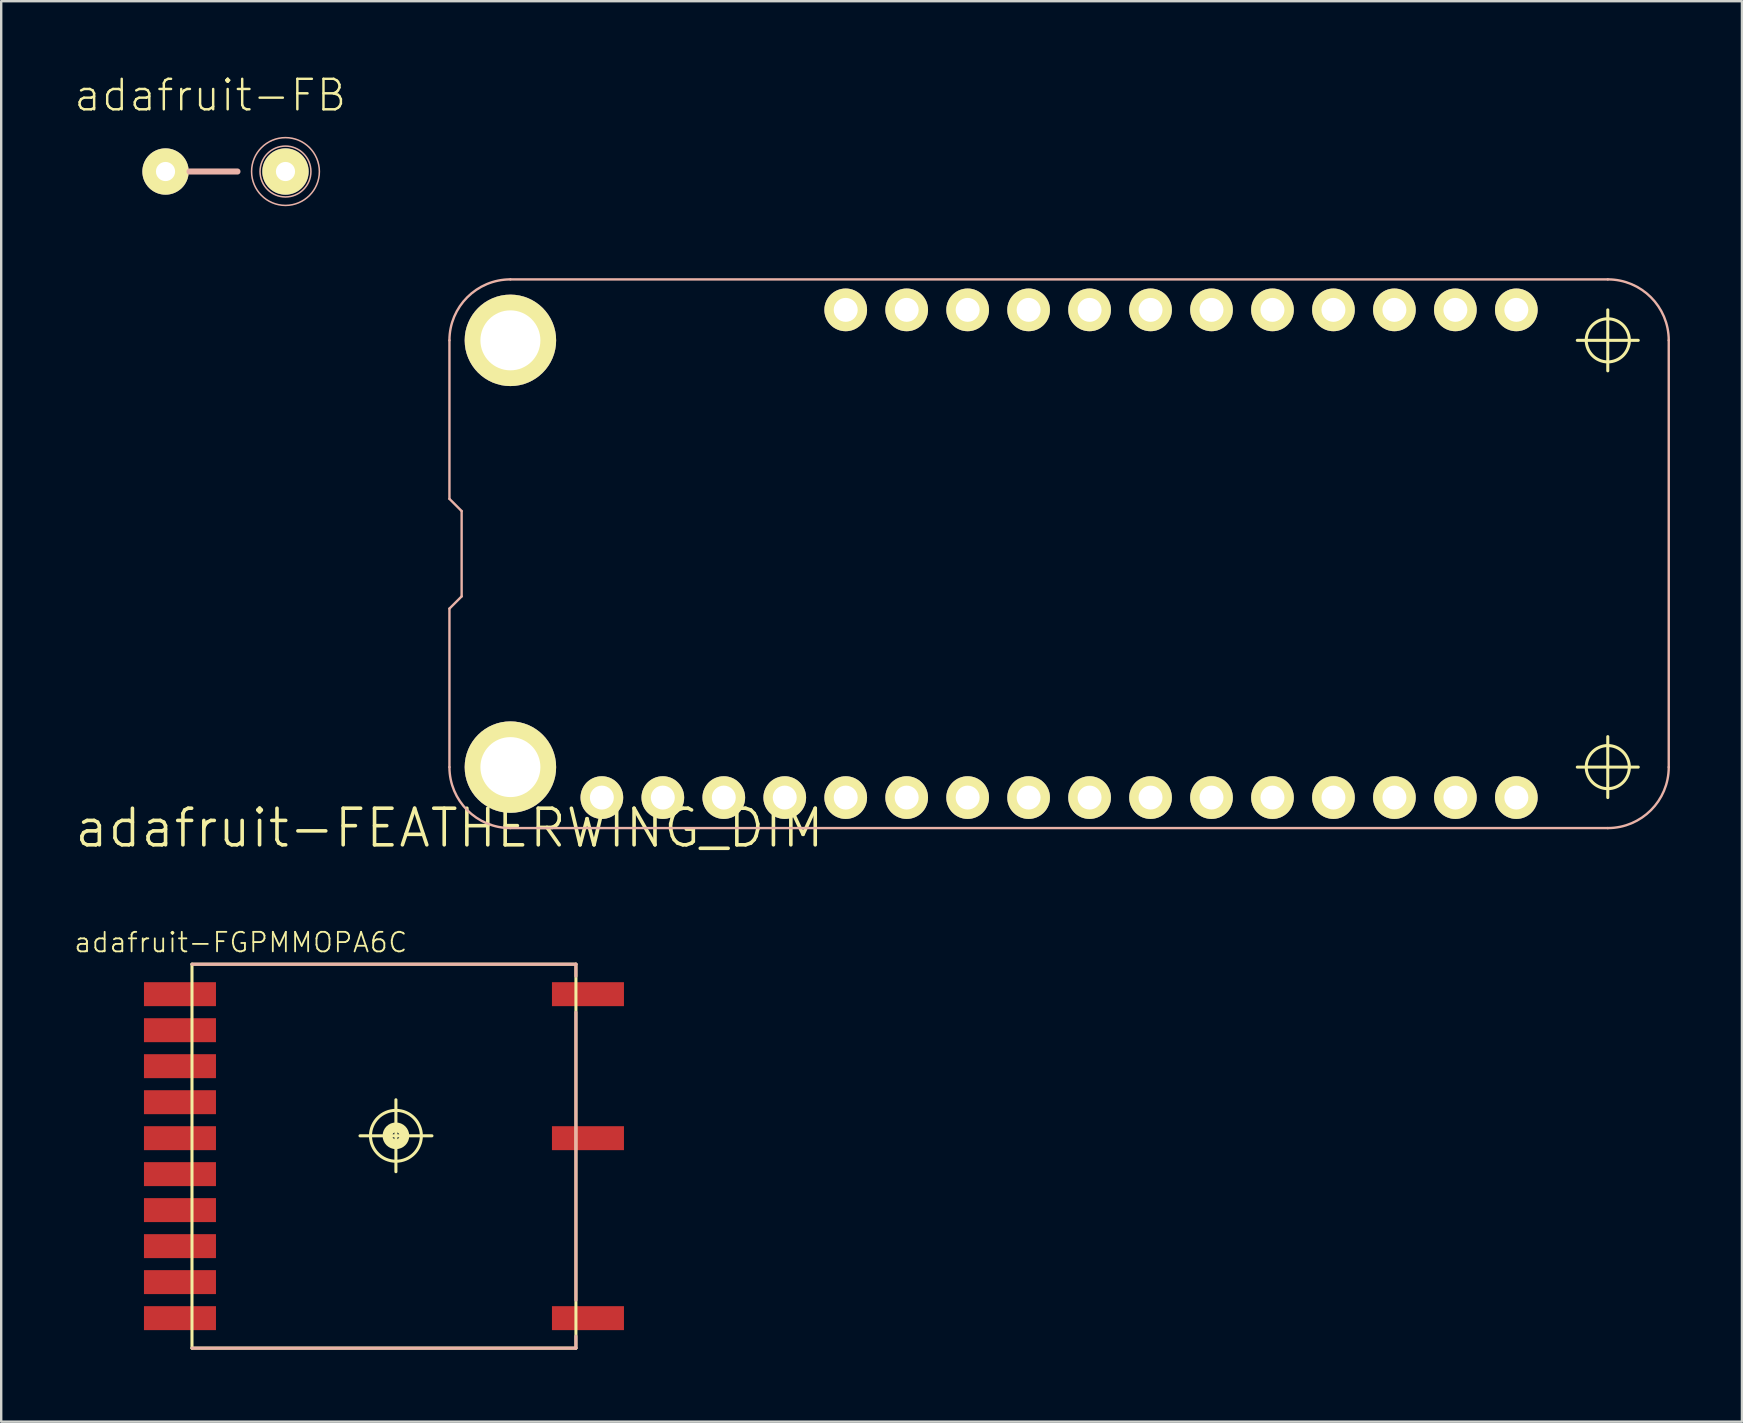
<source format=kicad_pcb>
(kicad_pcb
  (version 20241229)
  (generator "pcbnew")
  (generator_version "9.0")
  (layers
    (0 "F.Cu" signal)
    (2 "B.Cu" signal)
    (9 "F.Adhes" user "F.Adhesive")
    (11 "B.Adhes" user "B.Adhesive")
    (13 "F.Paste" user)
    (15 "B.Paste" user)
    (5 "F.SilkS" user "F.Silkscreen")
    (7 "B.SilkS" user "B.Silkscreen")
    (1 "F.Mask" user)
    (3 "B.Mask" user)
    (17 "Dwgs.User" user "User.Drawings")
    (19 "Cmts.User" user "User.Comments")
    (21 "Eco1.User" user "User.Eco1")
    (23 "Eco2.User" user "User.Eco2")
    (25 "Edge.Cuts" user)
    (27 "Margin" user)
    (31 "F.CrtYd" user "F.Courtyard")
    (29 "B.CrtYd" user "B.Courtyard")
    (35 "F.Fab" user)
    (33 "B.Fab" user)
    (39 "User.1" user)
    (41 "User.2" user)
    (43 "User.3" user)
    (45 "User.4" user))
  (footprint "adafruit-FGPMMOPA6C"
    (layer "F.Cu")
    (at 12.947 45.119)
    (property "Reference" "adafruit-FGPMMOPA6C" (at -5.966 -8.905 0) (layer "F.SilkS") (effects (font (size 0.813 0.813) (thickness 0.076))))
    (attr smd)
    (fp_line (start -7.998 -7.998) (end 7.998 -7.998) (stroke (width 0.127) (type solid)) (layer "F.SilkS"))
    (fp_line (start -7.998 7.998) (end -7.998 -7.998) (stroke (width 0.127) (type solid)) (layer "F.SilkS"))
    (fp_line (start -0.998 -0.848) (end 1.999 -0.848) (stroke (width 0.127) (type solid)) (layer "F.SilkS"))
    (fp_line (start 0.498 0.648) (end 0.498 -2.349) (stroke (width 0.127) (type solid)) (layer "F.SilkS"))
    (fp_line (start 7.998 -7.998) (end 7.998 7.998) (stroke (width 0.127) (type solid)) (layer "F.SilkS"))
    (fp_line (start 7.998 7.998) (end -7.998 7.998) (stroke (width 0.127) (type solid)) (layer "F.SilkS"))
    (fp_circle (center 0.498 -0.848) (end 0.747 -1.097) (stroke (width 0.406) (type solid)) (fill no) (layer "F.SilkS"))
    (fp_circle (center 0.498 -0.848) (end 1.247 -1.598) (stroke (width 0.127) (type solid)) (fill no) (layer "F.SilkS"))
    (fp_line (start -7.998 -7.998) (end 7.998 -7.998) (stroke (width 0.127) (type solid)) (layer "B.SilkS"))
    (fp_line (start 7.998 -7.998) (end 7.998 -7.498) (stroke (width 0.127) (type solid)) (layer "B.SilkS"))
    (fp_line (start 7.998 -5.999) (end 7.998 5.999) (stroke (width 0.127) (type solid)) (layer "B.SilkS"))
    (fp_line (start 7.998 7.498) (end 7.998 7.998) (stroke (width 0.127) (type solid)) (layer "B.SilkS"))
    (fp_line (start 7.998 7.998) (end -7.998 7.998) (stroke (width 0.127) (type solid)) (layer "B.SilkS"))
    (pad "P$1" smd rect (at -8.499 -6.749) (size 3 0.998) (layers "F.Cu" "F.Mask" "F.Paste"))
    (pad "P$2" smd rect (at -8.499 -5.248) (size 3 0.998) (layers "F.Cu" "F.Mask" "F.Paste"))
    (pad "P$3" smd rect (at -8.499 -3.749) (size 3 0.998) (layers "F.Cu" "F.Mask" "F.Paste"))
    (pad "P$4" smd rect (at -8.499 -2.248) (size 3 0.998) (layers "F.Cu" "F.Mask" "F.Paste"))
    (pad "P$5" smd rect (at -8.499 -0.749) (size 3 0.998) (layers "F.Cu" "F.Mask" "F.Paste"))
    (pad "P$6" smd rect (at -8.499 0.749) (size 3 0.998) (layers "F.Cu" "F.Mask" "F.Paste"))
    (pad "P$7" smd rect (at -8.499 2.248) (size 3 0.998) (layers "F.Cu" "F.Mask" "F.Paste"))
    (pad "P$8" smd rect (at -8.499 3.749) (size 3 0.998) (layers "F.Cu" "F.Mask" "F.Paste"))
    (pad "P$9" smd rect (at -8.499 5.248) (size 3 0.998) (layers "F.Cu" "F.Mask" "F.Paste"))
    (pad "P$10" smd rect (at -8.499 6.749) (size 3 0.998) (layers "F.Cu" "F.Mask" "F.Paste"))
    (pad "P$11" smd rect (at 8.499 6.749 180) (size 3 0.998) (layers "F.Cu" "F.Mask" "F.Paste"))
    (pad "P$12" smd rect (at 8.499 -0.749 180) (size 3 0.998) (layers "F.Cu" "F.Mask" "F.Paste"))
    (pad "P$13" smd rect (at 8.499 -6.749 180) (size 3 0.998) (layers "F.Cu" "F.Mask" "F.Paste")))
  (footprint "adafruit-FB"
    (layer "F.Cu")
    (at 6.345 4.096)
    (property "Reference" "adafruit-FB" (at -0.635 -3.175 0) (layer "F.SilkS") (effects (font (size 1.27 1.27) (thickness 0.102))))
    (attr exclude_from_pos_files exclude_from_bom)
    (fp_line (start 0.498 0) (end -1.499 0) (stroke (width 0.254) (type solid)) (layer "B.SilkS"))
    (fp_circle (center 2.499 0) (end 3.249 0.749) (stroke (width 0.064) (type solid)) (fill no) (layer "B.SilkS"))
    (fp_circle (center 2.499 0) (end 3.498 0.998) (stroke (width 0.064) (type solid)) (fill no) (layer "B.SilkS"))
    (pad "P$1" thru_hole circle (at -2.499 0) (size 1.93 1.93) (drill 0.798) (layers "*.Cu" "F.Mask" "F.SilkS" "F.Paste"))
    (pad "P$2" thru_hole circle (at 2.499 0) (size 1.93 1.93) (drill 0.798) (layers "*.Cu" "F.Mask" "F.SilkS" "F.Paste")))
  (footprint "adafruit-FEATHERWING_DIM"
    (layer "F.Cu")
    (at 15.675 31.45)
    (property "Reference" "adafruit-FEATHERWING_DIM" (at 0 0 0) (layer "F.SilkS") (effects (font (size 1.524 1.524) (thickness 0.15))))
    (attr exclude_from_pos_files exclude_from_bom)
    (fp_line (start 46.99 -20.32) (end 49.53 -20.32) (stroke (width 0.127) (type solid)) (layer "F.SilkS"))
    (fp_line (start 46.99 -2.54) (end 49.53 -2.54) (stroke (width 0.127) (type solid)) (layer "F.SilkS"))
    (fp_line (start 48.26 -19.05) (end 48.26 -21.59) (stroke (width 0.127) (type solid)) (layer "F.SilkS"))
    (fp_line (start 48.26 -1.27) (end 48.26 -3.81) (stroke (width 0.127) (type solid)) (layer "F.SilkS"))
    (fp_circle (center 48.26 -20.32) (end 48.895 -20.955) (stroke (width 0.127) (type solid)) (fill no) (layer "F.SilkS"))
    (fp_circle (center 48.26 -2.54) (end 48.895 -3.175) (stroke (width 0.127) (type solid)) (fill no) (layer "F.SilkS"))
    (fp_line (start 0 -20.32) (end 0 -13.716) (stroke (width 0.1) (type solid)) (layer "B.SilkS"))
    (fp_line (start 0 -13.716) (end 0.508 -13.208) (stroke (width 0.1) (type solid)) (layer "B.SilkS"))
    (fp_line (start 0 -9.144) (end 0 -2.54) (stroke (width 0.1) (type solid)) (layer "B.SilkS"))
    (fp_line (start 0.508 -13.208) (end 0.508 -9.652) (stroke (width 0.1) (type solid)) (layer "B.SilkS"))
    (fp_line (start 0.508 -9.652) (end 0 -9.144) (stroke (width 0.1) (type solid)) (layer "B.SilkS"))
    (fp_line (start 2.54 0) (end 48.26 0) (stroke (width 0.1) (type solid)) (layer "B.SilkS"))
    (fp_line (start 48.26 -22.86) (end 2.54 -22.86) (stroke (width 0.1) (type solid)) (layer "B.SilkS"))
    (fp_line (start 50.8 -2.54) (end 50.8 -20.32) (stroke (width 0.1) (type solid)) (layer "B.SilkS"))
    (fp_arc (start 0 -20.32) (mid 0.743949 -22.116051) (end 2.54 -22.86) (stroke (width 0.1) (type solid)) (layer "B.SilkS"))
    (fp_arc (start 2.54 0) (mid 0.743949 -0.743949) (end 0 -2.54) (stroke (width 0.1) (type solid)) (layer "B.SilkS"))
    (fp_arc (start 48.26 -22.86) (mid 50.056051 -22.116051) (end 50.8 -20.32) (stroke (width 0.1) (type solid)) (layer "B.SilkS"))
    (fp_arc (start 50.8 -2.54) (mid 50.056051 -0.743949) (end 48.26 0) (stroke (width 0.1) (type solid)) (layer "B.SilkS"))
    (pad "1" thru_hole circle (at 6.35 -1.27) (size 1.778 1.778) (drill 0.998) (layers "*.Cu" "F.Mask" "F.SilkS" "F.Paste"))
    (pad "2" thru_hole circle (at 8.89 -1.27) (size 1.778 1.778) (drill 0.998) (layers "*.Cu" "F.Mask" "F.SilkS" "F.Paste"))
    (pad "3" thru_hole circle (at 11.43 -1.27) (size 1.778 1.778) (drill 0.998) (layers "*.Cu" "F.Mask" "F.SilkS" "F.Paste"))
    (pad "4" thru_hole circle (at 13.97 -1.27) (size 1.778 1.778) (drill 0.998) (layers "*.Cu" "F.Mask" "F.SilkS" "F.Paste"))
    (pad "5" thru_hole circle (at 16.51 -1.27) (size 1.778 1.778) (drill 0.998) (layers "*.Cu" "F.Mask" "F.SilkS" "F.Paste"))
    (pad "6" thru_hole circle (at 19.05 -1.27) (size 1.778 1.778) (drill 0.998) (layers "*.Cu" "F.Mask" "F.SilkS" "F.Paste"))
    (pad "7" thru_hole circle (at 21.59 -1.27) (size 1.778 1.778) (drill 0.998) (layers "*.Cu" "F.Mask" "F.SilkS" "F.Paste"))
    (pad "8" thru_hole circle (at 24.13 -1.27) (size 1.778 1.778) (drill 0.998) (layers "*.Cu" "F.Mask" "F.SilkS" "F.Paste"))
    (pad "9" thru_hole circle (at 26.67 -1.27) (size 1.778 1.778) (drill 0.998) (layers "*.Cu" "F.Mask" "F.SilkS" "F.Paste"))
    (pad "10" thru_hole circle (at 29.21 -1.27) (size 1.778 1.778) (drill 0.998) (layers "*.Cu" "F.Mask" "F.SilkS" "F.Paste"))
    (pad "11" thru_hole circle (at 31.75 -1.27) (size 1.778 1.778) (drill 0.998) (layers "*.Cu" "F.Mask" "F.SilkS" "F.Paste"))
    (pad "12" thru_hole circle (at 34.29 -1.27) (size 1.778 1.778) (drill 0.998) (layers "*.Cu" "F.Mask" "F.SilkS" "F.Paste"))
    (pad "13" thru_hole circle (at 36.83 -1.27) (size 1.778 1.778) (drill 0.998) (layers "*.Cu" "F.Mask" "F.SilkS" "F.Paste"))
    (pad "14" thru_hole circle (at 39.37 -1.27) (size 1.778 1.778) (drill 0.998) (layers "*.Cu" "F.Mask" "F.SilkS" "F.Paste"))
    (pad "15" thru_hole circle (at 41.91 -1.27) (size 1.778 1.778) (drill 0.998) (layers "*.Cu" "F.Mask" "F.SilkS" "F.Paste"))
    (pad "16" thru_hole circle (at 44.45 -1.27) (size 1.778 1.778) (drill 0.998) (layers "*.Cu" "F.Mask" "F.SilkS" "F.Paste"))
    (pad "17" thru_hole circle (at 44.45 -21.59) (size 1.778 1.778) (drill 0.998) (layers "*.Cu" "F.Mask" "F.SilkS" "F.Paste"))
    (pad "18" thru_hole circle (at 41.91 -21.59) (size 1.778 1.778) (drill 0.998) (layers "*.Cu" "F.Mask" "F.SilkS" "F.Paste"))
    (pad "19" thru_hole circle (at 39.37 -21.59) (size 1.778 1.778) (drill 0.998) (layers "*.Cu" "F.Mask" "F.SilkS" "F.Paste"))
    (pad "20" thru_hole circle (at 36.83 -21.59) (size 1.778 1.778) (drill 0.998) (layers "*.Cu" "F.Mask" "F.SilkS" "F.Paste"))
    (pad "21" thru_hole circle (at 34.29 -21.59) (size 1.778 1.778) (drill 0.998) (layers "*.Cu" "F.Mask" "F.SilkS" "F.Paste"))
    (pad "22" thru_hole circle (at 31.75 -21.59) (size 1.778 1.778) (drill 0.998) (layers "*.Cu" "F.Mask" "F.SilkS" "F.Paste"))
    (pad "23" thru_hole circle (at 29.21 -21.59) (size 1.778 1.778) (drill 0.998) (layers "*.Cu" "F.Mask" "F.SilkS" "F.Paste"))
    (pad "24" thru_hole circle (at 26.67 -21.59) (size 1.778 1.778) (drill 0.998) (layers "*.Cu" "F.Mask" "F.SilkS" "F.Paste"))
    (pad "25" thru_hole circle (at 24.13 -21.59) (size 1.778 1.778) (drill 0.998) (layers "*.Cu" "F.Mask" "F.SilkS" "F.Paste"))
    (pad "26" thru_hole circle (at 21.59 -21.59) (size 1.778 1.778) (drill 0.998) (layers "*.Cu" "F.Mask" "F.SilkS" "F.Paste"))
    (pad "27" thru_hole circle (at 19.05 -21.59) (size 1.778 1.778) (drill 0.998) (layers "*.Cu" "F.Mask" "F.SilkS" "F.Paste"))
    (pad "28" thru_hole circle (at 16.51 -21.59) (size 1.778 1.778) (drill 0.998) (layers "*.Cu" "F.Mask" "F.SilkS" "F.Paste"))
    (pad "P$1" thru_hole circle (at 2.54 -20.32) (size 3.81 3.81) (drill 2.499) (layers "*.Cu" "F.Mask" "F.SilkS" "F.Paste"))
    (pad "P$2" thru_hole circle (at 2.54 -2.54) (size 3.81 3.81) (drill 2.499) (layers "*.Cu" "F.Mask" "F.SilkS" "F.Paste")))
  (gr_rect
    (start -3 -3)
    (end 69.525 56.181)
    (stroke (width 0.1) (type default))
    (fill no)
    (layer "Edge.Cuts")))
</source>
